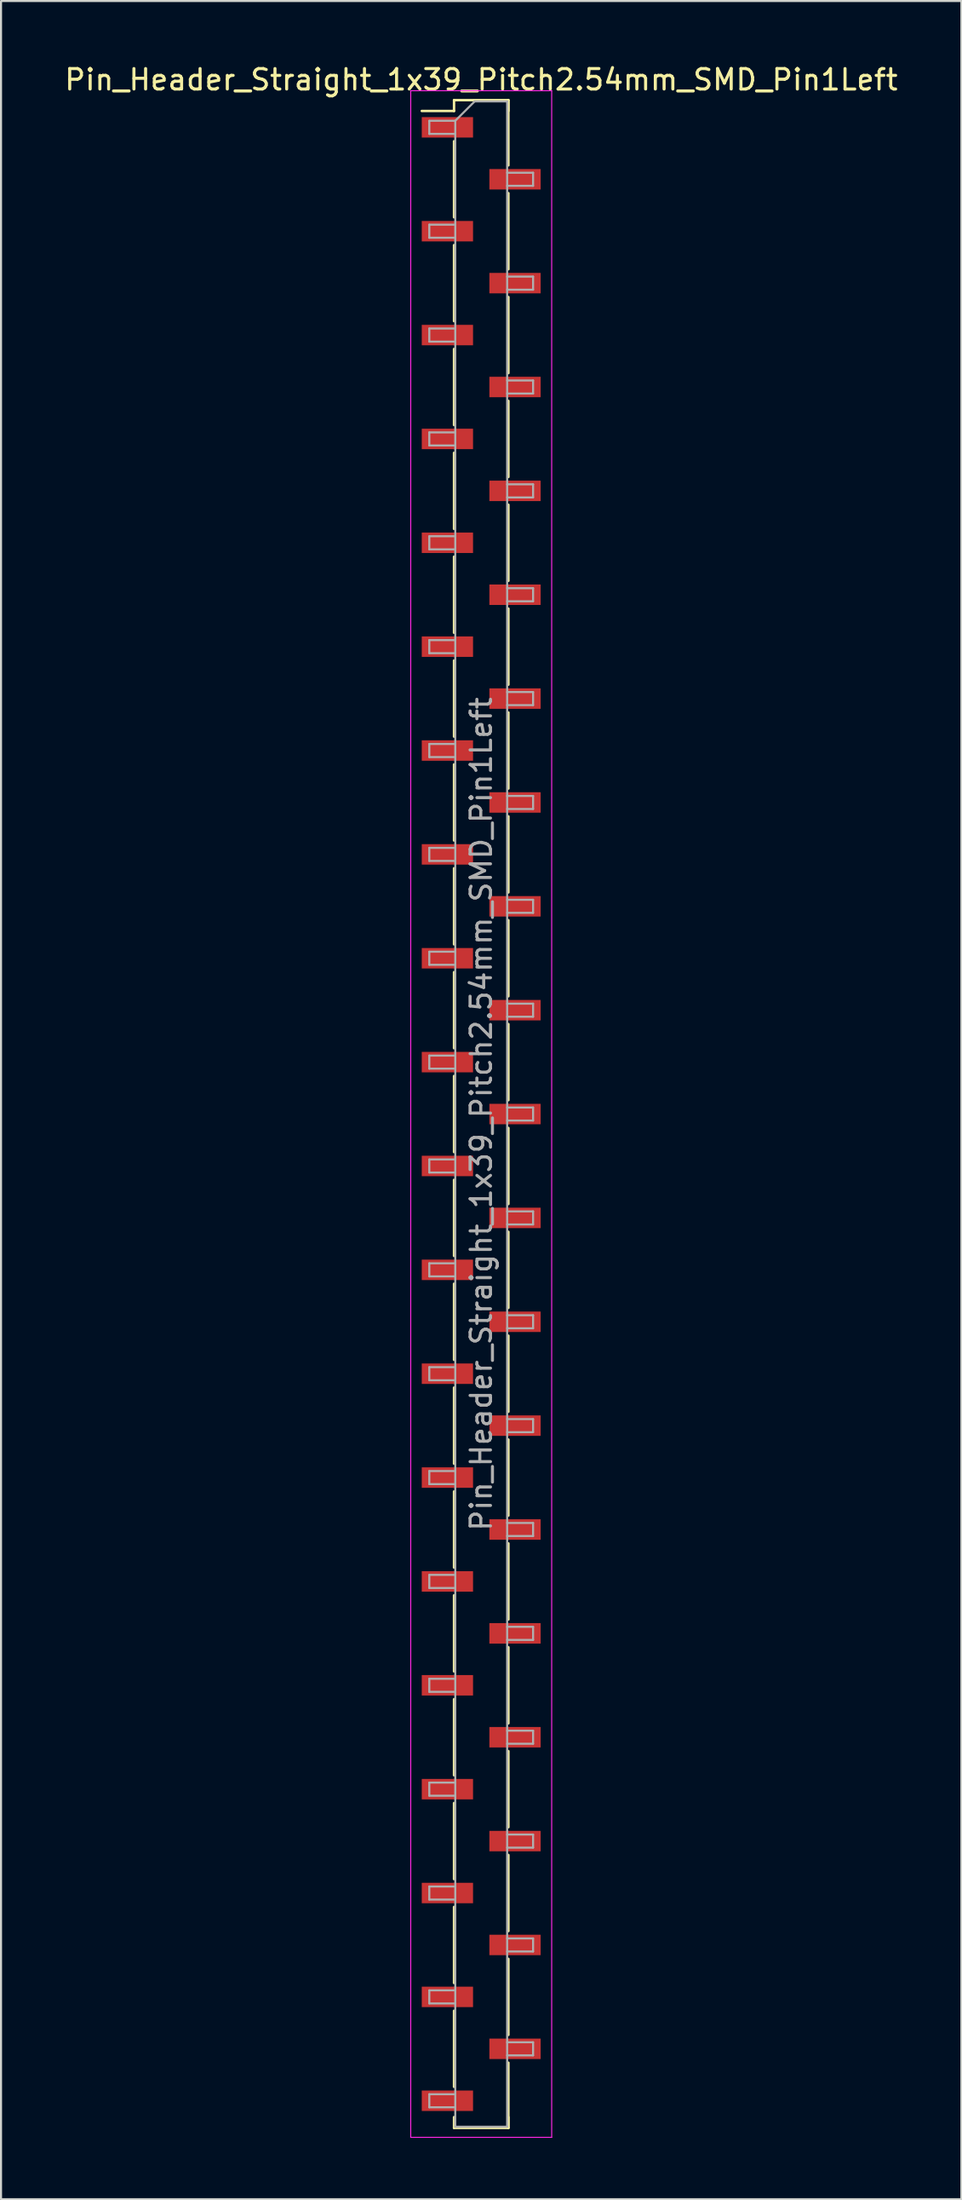
<source format=kicad_pcb>
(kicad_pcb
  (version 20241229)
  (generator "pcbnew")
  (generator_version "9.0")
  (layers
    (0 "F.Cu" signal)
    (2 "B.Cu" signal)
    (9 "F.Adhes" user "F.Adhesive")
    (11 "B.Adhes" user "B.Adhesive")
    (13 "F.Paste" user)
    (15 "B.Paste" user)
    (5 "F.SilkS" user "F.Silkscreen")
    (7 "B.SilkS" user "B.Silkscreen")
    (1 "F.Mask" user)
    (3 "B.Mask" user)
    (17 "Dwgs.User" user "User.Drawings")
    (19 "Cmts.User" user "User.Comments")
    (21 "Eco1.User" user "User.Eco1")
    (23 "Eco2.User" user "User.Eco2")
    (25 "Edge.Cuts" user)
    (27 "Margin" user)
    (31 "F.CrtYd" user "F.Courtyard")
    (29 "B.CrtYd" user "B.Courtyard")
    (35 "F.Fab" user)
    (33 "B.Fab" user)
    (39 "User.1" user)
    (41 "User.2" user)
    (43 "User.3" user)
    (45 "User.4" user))
  (footprint "Pin_Header_Straight_1x39_Pitch2.54mm_SMD_Pin1Left"
    (layer "F.Cu")
    (at 20.506 51.438)
    (property "Reference" "Pin_Header_Straight_1x39_Pitch2.54mm_SMD_Pin1Left" (at 0 -50.59 0) (layer "F.SilkS") (effects (font (size 1 1) (thickness 0.15))))
    (attr smd)
    (fp_line (start -1.33 -49.59) (end 1.33 -49.59) (stroke (width 0.12) (type solid)) (layer "F.SilkS"))
    (fp_line (start -1.33 -49.06) (end -2.91 -49.06) (stroke (width 0.12) (type solid)) (layer "F.SilkS"))
    (fp_line (start -1.33 -49.06) (end -1.33 -49.59) (stroke (width 0.12) (type solid)) (layer "F.SilkS"))
    (fp_line (start -1.33 -47.58) (end -1.33 -43.86) (stroke (width 0.12) (type solid)) (layer "F.SilkS"))
    (fp_line (start -1.33 -42.5) (end -1.33 -38.78) (stroke (width 0.12) (type solid)) (layer "F.SilkS"))
    (fp_line (start -1.33 -37.42) (end -1.33 -33.7) (stroke (width 0.12) (type solid)) (layer "F.SilkS"))
    (fp_line (start -1.33 -32.34) (end -1.33 -28.62) (stroke (width 0.12) (type solid)) (layer "F.SilkS"))
    (fp_line (start -1.33 -27.26) (end -1.33 -23.54) (stroke (width 0.12) (type solid)) (layer "F.SilkS"))
    (fp_line (start -1.33 -22.18) (end -1.33 -18.46) (stroke (width 0.12) (type solid)) (layer "F.SilkS"))
    (fp_line (start -1.33 -17.1) (end -1.33 -13.38) (stroke (width 0.12) (type solid)) (layer "F.SilkS"))
    (fp_line (start -1.33 -12.02) (end -1.33 -8.3) (stroke (width 0.12) (type solid)) (layer "F.SilkS"))
    (fp_line (start -1.33 -6.94) (end -1.33 -3.22) (stroke (width 0.12) (type solid)) (layer "F.SilkS"))
    (fp_line (start -1.33 -1.86) (end -1.33 1.86) (stroke (width 0.12) (type solid)) (layer "F.SilkS"))
    (fp_line (start -1.33 3.22) (end -1.33 6.94) (stroke (width 0.12) (type solid)) (layer "F.SilkS"))
    (fp_line (start -1.33 8.3) (end -1.33 12.02) (stroke (width 0.12) (type solid)) (layer "F.SilkS"))
    (fp_line (start -1.33 13.38) (end -1.33 17.1) (stroke (width 0.12) (type solid)) (layer "F.SilkS"))
    (fp_line (start -1.33 18.46) (end -1.33 22.18) (stroke (width 0.12) (type solid)) (layer "F.SilkS"))
    (fp_line (start -1.33 23.54) (end -1.33 27.26) (stroke (width 0.12) (type solid)) (layer "F.SilkS"))
    (fp_line (start -1.33 28.62) (end -1.33 32.34) (stroke (width 0.12) (type solid)) (layer "F.SilkS"))
    (fp_line (start -1.33 33.7) (end -1.33 37.42) (stroke (width 0.12) (type solid)) (layer "F.SilkS"))
    (fp_line (start -1.33 38.78) (end -1.33 42.5) (stroke (width 0.12) (type solid)) (layer "F.SilkS"))
    (fp_line (start -1.33 43.86) (end -1.33 47.58) (stroke (width 0.12) (type solid)) (layer "F.SilkS"))
    (fp_line (start -1.33 49.06) (end -1.33 49.59) (stroke (width 0.12) (type solid)) (layer "F.SilkS"))
    (fp_line (start -1.33 49.59) (end 1.33 49.59) (stroke (width 0.12) (type solid)) (layer "F.SilkS"))
    (fp_line (start 1.33 -49.59) (end 1.33 -49.06) (stroke (width 0.12) (type solid)) (layer "F.SilkS"))
    (fp_line (start 1.33 -49.59) (end 1.33 -46.4) (stroke (width 0.12) (type solid)) (layer "F.SilkS"))
    (fp_line (start 1.33 -45.04) (end 1.33 -41.32) (stroke (width 0.12) (type solid)) (layer "F.SilkS"))
    (fp_line (start 1.33 -39.96) (end 1.33 -36.24) (stroke (width 0.12) (type solid)) (layer "F.SilkS"))
    (fp_line (start 1.33 -34.88) (end 1.33 -31.16) (stroke (width 0.12) (type solid)) (layer "F.SilkS"))
    (fp_line (start 1.33 -29.8) (end 1.33 -26.08) (stroke (width 0.12) (type solid)) (layer "F.SilkS"))
    (fp_line (start 1.33 -24.72) (end 1.33 -21) (stroke (width 0.12) (type solid)) (layer "F.SilkS"))
    (fp_line (start 1.33 -19.64) (end 1.33 -15.92) (stroke (width 0.12) (type solid)) (layer "F.SilkS"))
    (fp_line (start 1.33 -14.56) (end 1.33 -10.84) (stroke (width 0.12) (type solid)) (layer "F.SilkS"))
    (fp_line (start 1.33 -9.48) (end 1.33 -5.76) (stroke (width 0.12) (type solid)) (layer "F.SilkS"))
    (fp_line (start 1.33 -4.4) (end 1.33 -0.68) (stroke (width 0.12) (type solid)) (layer "F.SilkS"))
    (fp_line (start 1.33 0.68) (end 1.33 4.4) (stroke (width 0.12) (type solid)) (layer "F.SilkS"))
    (fp_line (start 1.33 5.76) (end 1.33 9.48) (stroke (width 0.12) (type solid)) (layer "F.SilkS"))
    (fp_line (start 1.33 10.84) (end 1.33 14.56) (stroke (width 0.12) (type solid)) (layer "F.SilkS"))
    (fp_line (start 1.33 15.92) (end 1.33 19.64) (stroke (width 0.12) (type solid)) (layer "F.SilkS"))
    (fp_line (start 1.33 21) (end 1.33 24.72) (stroke (width 0.12) (type solid)) (layer "F.SilkS"))
    (fp_line (start 1.33 26.08) (end 1.33 29.8) (stroke (width 0.12) (type solid)) (layer "F.SilkS"))
    (fp_line (start 1.33 31.16) (end 1.33 34.88) (stroke (width 0.12) (type solid)) (layer "F.SilkS"))
    (fp_line (start 1.33 36.24) (end 1.33 39.96) (stroke (width 0.12) (type solid)) (layer "F.SilkS"))
    (fp_line (start 1.33 41.32) (end 1.33 45.04) (stroke (width 0.12) (type solid)) (layer "F.SilkS"))
    (fp_line (start 1.33 46.4) (end 1.33 49.59) (stroke (width 0.12) (type solid)) (layer "F.SilkS"))
    (fp_line (start 1.33 49.59) (end 1.33 49.06) (stroke (width 0.12) (type solid)) (layer "F.SilkS"))
    (fp_line (start -3.45 -50.05) (end -3.45 50.05) (stroke (width 0.05) (type solid)) (layer "F.CrtYd"))
    (fp_line (start -3.45 50.05) (end 3.45 50.05) (stroke (width 0.05) (type solid)) (layer "F.CrtYd"))
    (fp_line (start 3.45 -50.05) (end -3.45 -50.05) (stroke (width 0.05) (type solid)) (layer "F.CrtYd"))
    (fp_line (start 3.45 50.05) (end 3.45 -50.05) (stroke (width 0.05) (type solid)) (layer "F.CrtYd"))
    (fp_line (start -2.54 -48.58) (end -2.54 -47.94) (stroke (width 0.1) (type solid)) (layer "F.Fab"))
    (fp_line (start -2.54 -47.94) (end -1.27 -47.94) (stroke (width 0.1) (type solid)) (layer "F.Fab"))
    (fp_line (start -2.54 -43.5) (end -2.54 -42.86) (stroke (width 0.1) (type solid)) (layer "F.Fab"))
    (fp_line (start -2.54 -42.86) (end -1.27 -42.86) (stroke (width 0.1) (type solid)) (layer "F.Fab"))
    (fp_line (start -2.54 -38.42) (end -2.54 -37.78) (stroke (width 0.1) (type solid)) (layer "F.Fab"))
    (fp_line (start -2.54 -37.78) (end -1.27 -37.78) (stroke (width 0.1) (type solid)) (layer "F.Fab"))
    (fp_line (start -2.54 -33.34) (end -2.54 -32.7) (stroke (width 0.1) (type solid)) (layer "F.Fab"))
    (fp_line (start -2.54 -32.7) (end -1.27 -32.7) (stroke (width 0.1) (type solid)) (layer "F.Fab"))
    (fp_line (start -2.54 -28.26) (end -2.54 -27.62) (stroke (width 0.1) (type solid)) (layer "F.Fab"))
    (fp_line (start -2.54 -27.62) (end -1.27 -27.62) (stroke (width 0.1) (type solid)) (layer "F.Fab"))
    (fp_line (start -2.54 -23.18) (end -2.54 -22.54) (stroke (width 0.1) (type solid)) (layer "F.Fab"))
    (fp_line (start -2.54 -22.54) (end -1.27 -22.54) (stroke (width 0.1) (type solid)) (layer "F.Fab"))
    (fp_line (start -2.54 -18.1) (end -2.54 -17.46) (stroke (width 0.1) (type solid)) (layer "F.Fab"))
    (fp_line (start -2.54 -17.46) (end -1.27 -17.46) (stroke (width 0.1) (type solid)) (layer "F.Fab"))
    (fp_line (start -2.54 -13.02) (end -2.54 -12.38) (stroke (width 0.1) (type solid)) (layer "F.Fab"))
    (fp_line (start -2.54 -12.38) (end -1.27 -12.38) (stroke (width 0.1) (type solid)) (layer "F.Fab"))
    (fp_line (start -2.54 -7.94) (end -2.54 -7.3) (stroke (width 0.1) (type solid)) (layer "F.Fab"))
    (fp_line (start -2.54 -7.3) (end -1.27 -7.3) (stroke (width 0.1) (type solid)) (layer "F.Fab"))
    (fp_line (start -2.54 -2.86) (end -2.54 -2.22) (stroke (width 0.1) (type solid)) (layer "F.Fab"))
    (fp_line (start -2.54 -2.22) (end -1.27 -2.22) (stroke (width 0.1) (type solid)) (layer "F.Fab"))
    (fp_line (start -2.54 2.22) (end -2.54 2.86) (stroke (width 0.1) (type solid)) (layer "F.Fab"))
    (fp_line (start -2.54 2.86) (end -1.27 2.86) (stroke (width 0.1) (type solid)) (layer "F.Fab"))
    (fp_line (start -2.54 7.3) (end -2.54 7.94) (stroke (width 0.1) (type solid)) (layer "F.Fab"))
    (fp_line (start -2.54 7.94) (end -1.27 7.94) (stroke (width 0.1) (type solid)) (layer "F.Fab"))
    (fp_line (start -2.54 12.38) (end -2.54 13.02) (stroke (width 0.1) (type solid)) (layer "F.Fab"))
    (fp_line (start -2.54 13.02) (end -1.27 13.02) (stroke (width 0.1) (type solid)) (layer "F.Fab"))
    (fp_line (start -2.54 17.46) (end -2.54 18.1) (stroke (width 0.1) (type solid)) (layer "F.Fab"))
    (fp_line (start -2.54 18.1) (end -1.27 18.1) (stroke (width 0.1) (type solid)) (layer "F.Fab"))
    (fp_line (start -2.54 22.54) (end -2.54 23.18) (stroke (width 0.1) (type solid)) (layer "F.Fab"))
    (fp_line (start -2.54 23.18) (end -1.27 23.18) (stroke (width 0.1) (type solid)) (layer "F.Fab"))
    (fp_line (start -2.54 27.62) (end -2.54 28.26) (stroke (width 0.1) (type solid)) (layer "F.Fab"))
    (fp_line (start -2.54 28.26) (end -1.27 28.26) (stroke (width 0.1) (type solid)) (layer "F.Fab"))
    (fp_line (start -2.54 32.7) (end -2.54 33.34) (stroke (width 0.1) (type solid)) (layer "F.Fab"))
    (fp_line (start -2.54 33.34) (end -1.27 33.34) (stroke (width 0.1) (type solid)) (layer "F.Fab"))
    (fp_line (start -2.54 37.78) (end -2.54 38.42) (stroke (width 0.1) (type solid)) (layer "F.Fab"))
    (fp_line (start -2.54 38.42) (end -1.27 38.42) (stroke (width 0.1) (type solid)) (layer "F.Fab"))
    (fp_line (start -2.54 42.86) (end -2.54 43.5) (stroke (width 0.1) (type solid)) (layer "F.Fab"))
    (fp_line (start -2.54 43.5) (end -1.27 43.5) (stroke (width 0.1) (type solid)) (layer "F.Fab"))
    (fp_line (start -2.54 47.94) (end -2.54 48.58) (stroke (width 0.1) (type solid)) (layer "F.Fab"))
    (fp_line (start -2.54 48.58) (end -1.27 48.58) (stroke (width 0.1) (type solid)) (layer "F.Fab"))
    (fp_line (start -1.27 -48.58) (end -2.54 -48.58) (stroke (width 0.1) (type solid)) (layer "F.Fab"))
    (fp_line (start -1.27 -48.58) (end -0.32 -49.53) (stroke (width 0.1) (type solid)) (layer "F.Fab"))
    (fp_line (start -1.27 -43.5) (end -2.54 -43.5) (stroke (width 0.1) (type solid)) (layer "F.Fab"))
    (fp_line (start -1.27 -38.42) (end -2.54 -38.42) (stroke (width 0.1) (type solid)) (layer "F.Fab"))
    (fp_line (start -1.27 -33.34) (end -2.54 -33.34) (stroke (width 0.1) (type solid)) (layer "F.Fab"))
    (fp_line (start -1.27 -28.26) (end -2.54 -28.26) (stroke (width 0.1) (type solid)) (layer "F.Fab"))
    (fp_line (start -1.27 -23.18) (end -2.54 -23.18) (stroke (width 0.1) (type solid)) (layer "F.Fab"))
    (fp_line (start -1.27 -18.1) (end -2.54 -18.1) (stroke (width 0.1) (type solid)) (layer "F.Fab"))
    (fp_line (start -1.27 -13.02) (end -2.54 -13.02) (stroke (width 0.1) (type solid)) (layer "F.Fab"))
    (fp_line (start -1.27 -7.94) (end -2.54 -7.94) (stroke (width 0.1) (type solid)) (layer "F.Fab"))
    (fp_line (start -1.27 -2.86) (end -2.54 -2.86) (stroke (width 0.1) (type solid)) (layer "F.Fab"))
    (fp_line (start -1.27 2.22) (end -2.54 2.22) (stroke (width 0.1) (type solid)) (layer "F.Fab"))
    (fp_line (start -1.27 7.3) (end -2.54 7.3) (stroke (width 0.1) (type solid)) (layer "F.Fab"))
    (fp_line (start -1.27 12.38) (end -2.54 12.38) (stroke (width 0.1) (type solid)) (layer "F.Fab"))
    (fp_line (start -1.27 17.46) (end -2.54 17.46) (stroke (width 0.1) (type solid)) (layer "F.Fab"))
    (fp_line (start -1.27 22.54) (end -2.54 22.54) (stroke (width 0.1) (type solid)) (layer "F.Fab"))
    (fp_line (start -1.27 27.62) (end -2.54 27.62) (stroke (width 0.1) (type solid)) (layer "F.Fab"))
    (fp_line (start -1.27 32.7) (end -2.54 32.7) (stroke (width 0.1) (type solid)) (layer "F.Fab"))
    (fp_line (start -1.27 37.78) (end -2.54 37.78) (stroke (width 0.1) (type solid)) (layer "F.Fab"))
    (fp_line (start -1.27 42.86) (end -2.54 42.86) (stroke (width 0.1) (type solid)) (layer "F.Fab"))
    (fp_line (start -1.27 47.94) (end -2.54 47.94) (stroke (width 0.1) (type solid)) (layer "F.Fab"))
    (fp_line (start -1.27 49.53) (end -1.27 -48.58) (stroke (width 0.1) (type solid)) (layer "F.Fab"))
    (fp_line (start -0.32 -49.53) (end 1.27 -49.53) (stroke (width 0.1) (type solid)) (layer "F.Fab"))
    (fp_line (start 1.27 -49.53) (end 1.27 49.53) (stroke (width 0.1) (type solid)) (layer "F.Fab"))
    (fp_line (start 1.27 -46.04) (end 2.54 -46.04) (stroke (width 0.1) (type solid)) (layer "F.Fab"))
    (fp_line (start 1.27 -40.96) (end 2.54 -40.96) (stroke (width 0.1) (type solid)) (layer "F.Fab"))
    (fp_line (start 1.27 -35.88) (end 2.54 -35.88) (stroke (width 0.1) (type solid)) (layer "F.Fab"))
    (fp_line (start 1.27 -30.8) (end 2.54 -30.8) (stroke (width 0.1) (type solid)) (layer "F.Fab"))
    (fp_line (start 1.27 -25.72) (end 2.54 -25.72) (stroke (width 0.1) (type solid)) (layer "F.Fab"))
    (fp_line (start 1.27 -20.64) (end 2.54 -20.64) (stroke (width 0.1) (type solid)) (layer "F.Fab"))
    (fp_line (start 1.27 -15.56) (end 2.54 -15.56) (stroke (width 0.1) (type solid)) (layer "F.Fab"))
    (fp_line (start 1.27 -10.48) (end 2.54 -10.48) (stroke (width 0.1) (type solid)) (layer "F.Fab"))
    (fp_line (start 1.27 -5.4) (end 2.54 -5.4) (stroke (width 0.1) (type solid)) (layer "F.Fab"))
    (fp_line (start 1.27 -0.32) (end 2.54 -0.32) (stroke (width 0.1) (type solid)) (layer "F.Fab"))
    (fp_line (start 1.27 4.76) (end 2.54 4.76) (stroke (width 0.1) (type solid)) (layer "F.Fab"))
    (fp_line (start 1.27 9.84) (end 2.54 9.84) (stroke (width 0.1) (type solid)) (layer "F.Fab"))
    (fp_line (start 1.27 14.92) (end 2.54 14.92) (stroke (width 0.1) (type solid)) (layer "F.Fab"))
    (fp_line (start 1.27 20) (end 2.54 20) (stroke (width 0.1) (type solid)) (layer "F.Fab"))
    (fp_line (start 1.27 25.08) (end 2.54 25.08) (stroke (width 0.1) (type solid)) (layer "F.Fab"))
    (fp_line (start 1.27 30.16) (end 2.54 30.16) (stroke (width 0.1) (type solid)) (layer "F.Fab"))
    (fp_line (start 1.27 35.24) (end 2.54 35.24) (stroke (width 0.1) (type solid)) (layer "F.Fab"))
    (fp_line (start 1.27 40.32) (end 2.54 40.32) (stroke (width 0.1) (type solid)) (layer "F.Fab"))
    (fp_line (start 1.27 45.4) (end 2.54 45.4) (stroke (width 0.1) (type solid)) (layer "F.Fab"))
    (fp_line (start 1.27 49.53) (end -1.27 49.53) (stroke (width 0.1) (type solid)) (layer "F.Fab"))
    (fp_line (start 2.54 -46.04) (end 2.54 -45.4) (stroke (width 0.1) (type solid)) (layer "F.Fab"))
    (fp_line (start 2.54 -45.4) (end 1.27 -45.4) (stroke (width 0.1) (type solid)) (layer "F.Fab"))
    (fp_line (start 2.54 -40.96) (end 2.54 -40.32) (stroke (width 0.1) (type solid)) (layer "F.Fab"))
    (fp_line (start 2.54 -40.32) (end 1.27 -40.32) (stroke (width 0.1) (type solid)) (layer "F.Fab"))
    (fp_line (start 2.54 -35.88) (end 2.54 -35.24) (stroke (width 0.1) (type solid)) (layer "F.Fab"))
    (fp_line (start 2.54 -35.24) (end 1.27 -35.24) (stroke (width 0.1) (type solid)) (layer "F.Fab"))
    (fp_line (start 2.54 -30.8) (end 2.54 -30.16) (stroke (width 0.1) (type solid)) (layer "F.Fab"))
    (fp_line (start 2.54 -30.16) (end 1.27 -30.16) (stroke (width 0.1) (type solid)) (layer "F.Fab"))
    (fp_line (start 2.54 -25.72) (end 2.54 -25.08) (stroke (width 0.1) (type solid)) (layer "F.Fab"))
    (fp_line (start 2.54 -25.08) (end 1.27 -25.08) (stroke (width 0.1) (type solid)) (layer "F.Fab"))
    (fp_line (start 2.54 -20.64) (end 2.54 -20) (stroke (width 0.1) (type solid)) (layer "F.Fab"))
    (fp_line (start 2.54 -20) (end 1.27 -20) (stroke (width 0.1) (type solid)) (layer "F.Fab"))
    (fp_line (start 2.54 -15.56) (end 2.54 -14.92) (stroke (width 0.1) (type solid)) (layer "F.Fab"))
    (fp_line (start 2.54 -14.92) (end 1.27 -14.92) (stroke (width 0.1) (type solid)) (layer "F.Fab"))
    (fp_line (start 2.54 -10.48) (end 2.54 -9.84) (stroke (width 0.1) (type solid)) (layer "F.Fab"))
    (fp_line (start 2.54 -9.84) (end 1.27 -9.84) (stroke (width 0.1) (type solid)) (layer "F.Fab"))
    (fp_line (start 2.54 -5.4) (end 2.54 -4.76) (stroke (width 0.1) (type solid)) (layer "F.Fab"))
    (fp_line (start 2.54 -4.76) (end 1.27 -4.76) (stroke (width 0.1) (type solid)) (layer "F.Fab"))
    (fp_line (start 2.54 -0.32) (end 2.54 0.32) (stroke (width 0.1) (type solid)) (layer "F.Fab"))
    (fp_line (start 2.54 0.32) (end 1.27 0.32) (stroke (width 0.1) (type solid)) (layer "F.Fab"))
    (fp_line (start 2.54 4.76) (end 2.54 5.4) (stroke (width 0.1) (type solid)) (layer "F.Fab"))
    (fp_line (start 2.54 5.4) (end 1.27 5.4) (stroke (width 0.1) (type solid)) (layer "F.Fab"))
    (fp_line (start 2.54 9.84) (end 2.54 10.48) (stroke (width 0.1) (type solid)) (layer "F.Fab"))
    (fp_line (start 2.54 10.48) (end 1.27 10.48) (stroke (width 0.1) (type solid)) (layer "F.Fab"))
    (fp_line (start 2.54 14.92) (end 2.54 15.56) (stroke (width 0.1) (type solid)) (layer "F.Fab"))
    (fp_line (start 2.54 15.56) (end 1.27 15.56) (stroke (width 0.1) (type solid)) (layer "F.Fab"))
    (fp_line (start 2.54 20) (end 2.54 20.64) (stroke (width 0.1) (type solid)) (layer "F.Fab"))
    (fp_line (start 2.54 20.64) (end 1.27 20.64) (stroke (width 0.1) (type solid)) (layer "F.Fab"))
    (fp_line (start 2.54 25.08) (end 2.54 25.72) (stroke (width 0.1) (type solid)) (layer "F.Fab"))
    (fp_line (start 2.54 25.72) (end 1.27 25.72) (stroke (width 0.1) (type solid)) (layer "F.Fab"))
    (fp_line (start 2.54 30.16) (end 2.54 30.8) (stroke (width 0.1) (type solid)) (layer "F.Fab"))
    (fp_line (start 2.54 30.8) (end 1.27 30.8) (stroke (width 0.1) (type solid)) (layer "F.Fab"))
    (fp_line (start 2.54 35.24) (end 2.54 35.88) (stroke (width 0.1) (type solid)) (layer "F.Fab"))
    (fp_line (start 2.54 35.88) (end 1.27 35.88) (stroke (width 0.1) (type solid)) (layer "F.Fab"))
    (fp_line (start 2.54 40.32) (end 2.54 40.96) (stroke (width 0.1) (type solid)) (layer "F.Fab"))
    (fp_line (start 2.54 40.96) (end 1.27 40.96) (stroke (width 0.1) (type solid)) (layer "F.Fab"))
    (fp_line (start 2.54 45.4) (end 2.54 46.04) (stroke (width 0.1) (type solid)) (layer "F.Fab"))
    (fp_line (start 2.54 46.04) (end 1.27 46.04) (stroke (width 0.1) (type solid)) (layer "F.Fab"))
    (fp_text user "${REFERENCE}" (at 0 0 90) (layer "F.Fab") (effects (font (size 1 1) (thickness 0.15))))
    (pad "1" smd rect (at -1.655 -48.26) (size 2.51 1) (layers "F.Cu" "F.Mask" "F.Paste"))
    (pad "2" smd rect (at 1.655 -45.72) (size 2.51 1) (layers "F.Cu" "F.Mask" "F.Paste"))
    (pad "3" smd rect (at -1.655 -43.18) (size 2.51 1) (layers "F.Cu" "F.Mask" "F.Paste"))
    (pad "4" smd rect (at 1.655 -40.64) (size 2.51 1) (layers "F.Cu" "F.Mask" "F.Paste"))
    (pad "5" smd rect (at -1.655 -38.1) (size 2.51 1) (layers "F.Cu" "F.Mask" "F.Paste"))
    (pad "6" smd rect (at 1.655 -35.56) (size 2.51 1) (layers "F.Cu" "F.Mask" "F.Paste"))
    (pad "7" smd rect (at -1.655 -33.02) (size 2.51 1) (layers "F.Cu" "F.Mask" "F.Paste"))
    (pad "8" smd rect (at 1.655 -30.48) (size 2.51 1) (layers "F.Cu" "F.Mask" "F.Paste"))
    (pad "9" smd rect (at -1.655 -27.94) (size 2.51 1) (layers "F.Cu" "F.Mask" "F.Paste"))
    (pad "10" smd rect (at 1.655 -25.4) (size 2.51 1) (layers "F.Cu" "F.Mask" "F.Paste"))
    (pad "11" smd rect (at -1.655 -22.86) (size 2.51 1) (layers "F.Cu" "F.Mask" "F.Paste"))
    (pad "12" smd rect (at 1.655 -20.32) (size 2.51 1) (layers "F.Cu" "F.Mask" "F.Paste"))
    (pad "13" smd rect (at -1.655 -17.78) (size 2.51 1) (layers "F.Cu" "F.Mask" "F.Paste"))
    (pad "14" smd rect (at 1.655 -15.24) (size 2.51 1) (layers "F.Cu" "F.Mask" "F.Paste"))
    (pad "15" smd rect (at -1.655 -12.7) (size 2.51 1) (layers "F.Cu" "F.Mask" "F.Paste"))
    (pad "16" smd rect (at 1.655 -10.16) (size 2.51 1) (layers "F.Cu" "F.Mask" "F.Paste"))
    (pad "17" smd rect (at -1.655 -7.62) (size 2.51 1) (layers "F.Cu" "F.Mask" "F.Paste"))
    (pad "18" smd rect (at 1.655 -5.08) (size 2.51 1) (layers "F.Cu" "F.Mask" "F.Paste"))
    (pad "19" smd rect (at -1.655 -2.54) (size 2.51 1) (layers "F.Cu" "F.Mask" "F.Paste"))
    (pad "20" smd rect (at 1.655 0) (size 2.51 1) (layers "F.Cu" "F.Mask" "F.Paste"))
    (pad "21" smd rect (at -1.655 2.54) (size 2.51 1) (layers "F.Cu" "F.Mask" "F.Paste"))
    (pad "22" smd rect (at 1.655 5.08) (size 2.51 1) (layers "F.Cu" "F.Mask" "F.Paste"))
    (pad "23" smd rect (at -1.655 7.62) (size 2.51 1) (layers "F.Cu" "F.Mask" "F.Paste"))
    (pad "24" smd rect (at 1.655 10.16) (size 2.51 1) (layers "F.Cu" "F.Mask" "F.Paste"))
    (pad "25" smd rect (at -1.655 12.7) (size 2.51 1) (layers "F.Cu" "F.Mask" "F.Paste"))
    (pad "26" smd rect (at 1.655 15.24) (size 2.51 1) (layers "F.Cu" "F.Mask" "F.Paste"))
    (pad "27" smd rect (at -1.655 17.78) (size 2.51 1) (layers "F.Cu" "F.Mask" "F.Paste"))
    (pad "28" smd rect (at 1.655 20.32) (size 2.51 1) (layers "F.Cu" "F.Mask" "F.Paste"))
    (pad "29" smd rect (at -1.655 22.86) (size 2.51 1) (layers "F.Cu" "F.Mask" "F.Paste"))
    (pad "30" smd rect (at 1.655 25.4) (size 2.51 1) (layers "F.Cu" "F.Mask" "F.Paste"))
    (pad "31" smd rect (at -1.655 27.94) (size 2.51 1) (layers "F.Cu" "F.Mask" "F.Paste"))
    (pad "32" smd rect (at 1.655 30.48) (size 2.51 1) (layers "F.Cu" "F.Mask" "F.Paste"))
    (pad "33" smd rect (at -1.655 33.02) (size 2.51 1) (layers "F.Cu" "F.Mask" "F.Paste"))
    (pad "34" smd rect (at 1.655 35.56) (size 2.51 1) (layers "F.Cu" "F.Mask" "F.Paste"))
    (pad "35" smd rect (at -1.655 38.1) (size 2.51 1) (layers "F.Cu" "F.Mask" "F.Paste"))
    (pad "36" smd rect (at 1.655 40.64) (size 2.51 1) (layers "F.Cu" "F.Mask" "F.Paste"))
    (pad "37" smd rect (at -1.655 43.18) (size 2.51 1) (layers "F.Cu" "F.Mask" "F.Paste"))
    (pad "38" smd rect (at 1.655 45.72) (size 2.51 1) (layers "F.Cu" "F.Mask" "F.Paste"))
    (pad "39" smd rect (at -1.655 48.26) (size 2.51 1) (layers "F.Cu" "F.Mask" "F.Paste")))
  (gr_rect
    (start -3 -3)
    (end 44.012 104.513)
    (stroke (width 0.1) (type default))
    (fill no)
    (layer "Edge.Cuts")))
</source>
